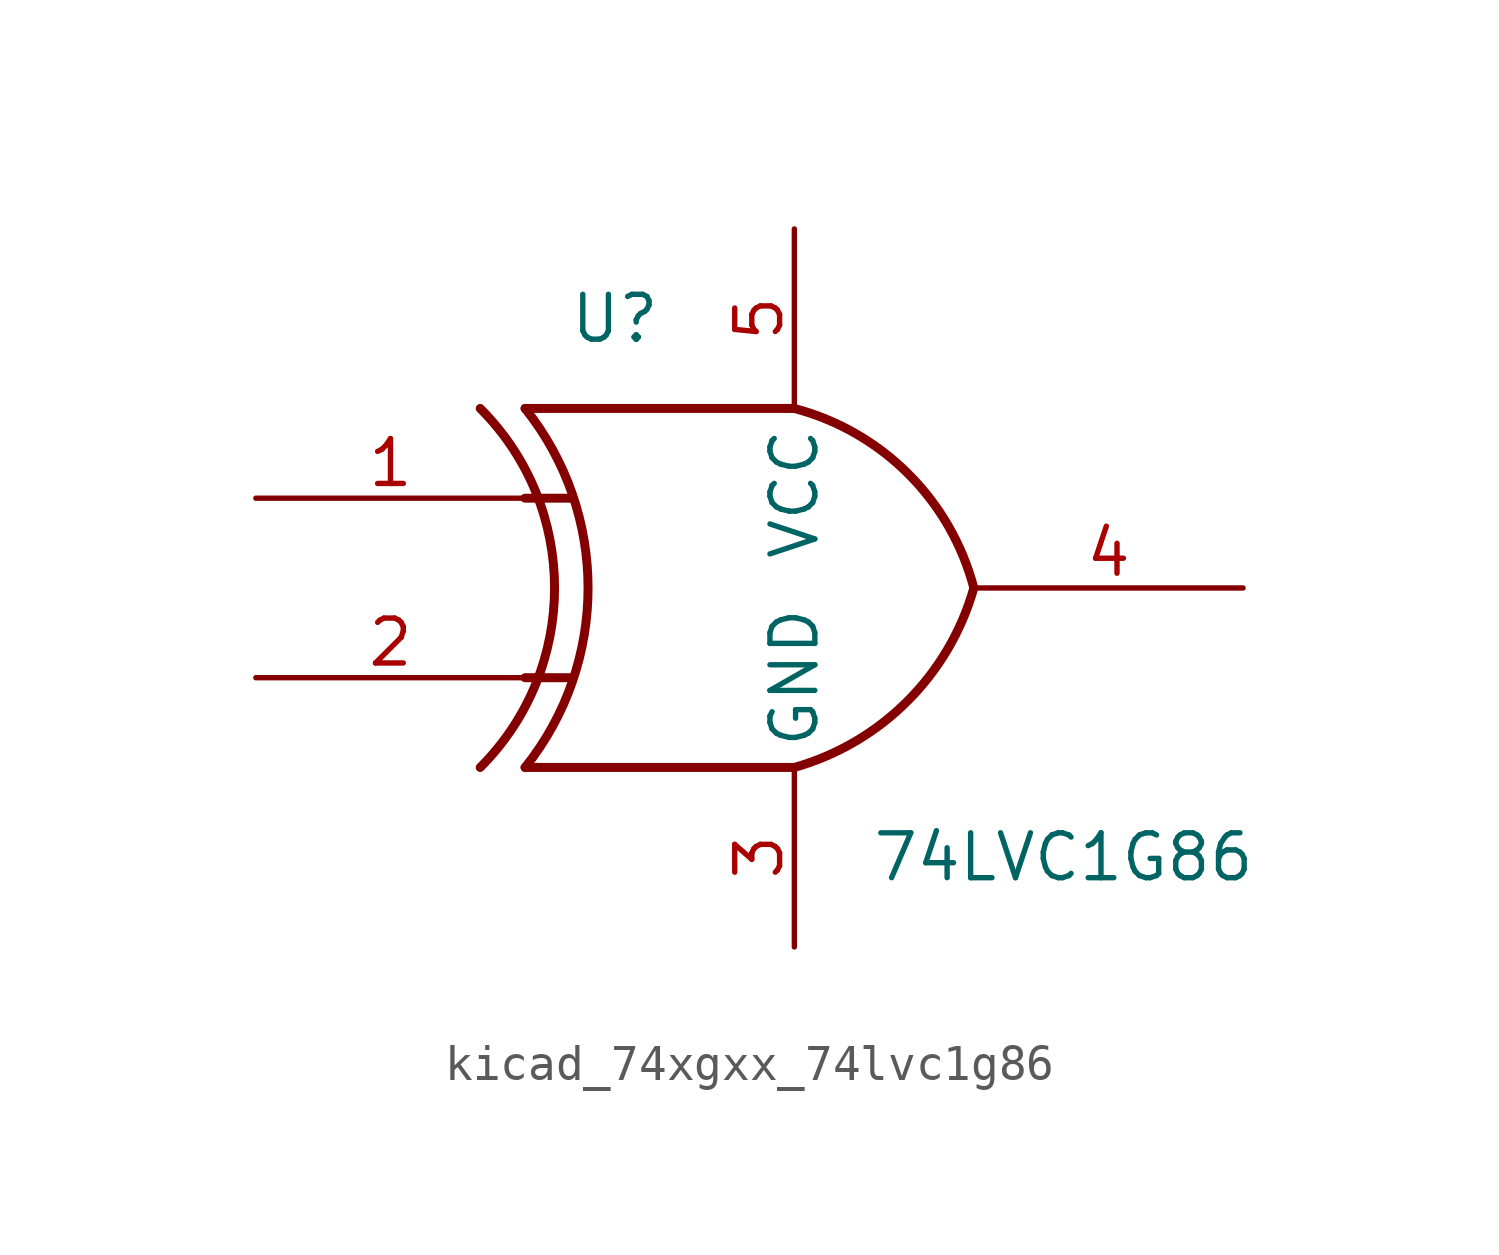
<source format=kicad_sym>
(kicad_symbol_lib
  (version 20220914)
  (generator kicad_symbol_editor)
  (symbol "kicad_74xgxx_74lvc1g86"
    (property "Reference" "U"
      (at -5.08 7.62 0)
      (effects (font (size 1.27 1.27))))
    (property "Value" "74LVC1G86"
      (at 7.62 -7.62 0)
      (effects (font (size 1.27 1.27))))
    (symbol "kicad_74xgxx_74lvc1g86_0_1"
      (arc (start -8.89 -5.08) (mid -6.7858 0) (end -8.89 5.08) (stroke (width 0.254) (type default)) (fill (type none)))
      (arc (start -7.62 -5.08) (mid -5.838 0) (end -7.62 5.08) (stroke (width 0.254) (type default)) (fill (type none)))
      (arc (start 0 -5.08) (mid 3.1986 -3.2054) (end 5.08 0) (stroke (width 0.254) (type default)) (fill (type none)))
      (polyline (pts (xy -7.62 -2.54) (xy -6.35 -2.54)) (stroke (width 0.254) (type default)) (fill (type background)))
      (polyline (pts (xy -7.62 2.54) (xy -6.35 2.54)) (stroke (width 0.254) (type default)) (fill (type background)))
      (polyline (pts (xy 0 -5.08) (xy -7.62 -5.08)) (stroke (width 0.254) (type default)) (fill (type background)))
      (polyline (pts (xy 0 5.08) (xy -7.62 5.08)) (stroke (width 0.254) (type default)) (fill (type background)))
      (arc (start 5.08 0) (mid 3.2238 3.2304) (end 0 5.08) (stroke (width 0.254) (type default)) (fill (type none))))
    (symbol "kicad_74xgxx_74lvc1g86_1_1"
      (pin input line (at -15.24 2.54 0) (length 7.62) (name "~" (effects (font (size 1.27 1.27)))) (number "1" (effects (font (size 1.27 1.27)))))
      (pin input line (at -15.24 -2.54 0) (length 7.62) (name "~" (effects (font (size 1.27 1.27)))) (number "2" (effects (font (size 1.27 1.27)))))
      (pin power_in line (at 0 -10.16 90) (length 5.08) (name "GND" (effects (font (size 1.27 1.27)))) (number "3" (effects (font (size 1.27 1.27)))))
      (pin output line (at 12.7 0 180) (length 7.62) (name "~" (effects (font (size 1.27 1.27)))) (number "4" (effects (font (size 1.27 1.27)))))
      (pin power_in line (at 0 10.16 270) (length 5.08) (name "VCC" (effects (font (size 1.27 1.27)))) (number "5" (effects (font (size 1.27 1.27))))))))
</source>
